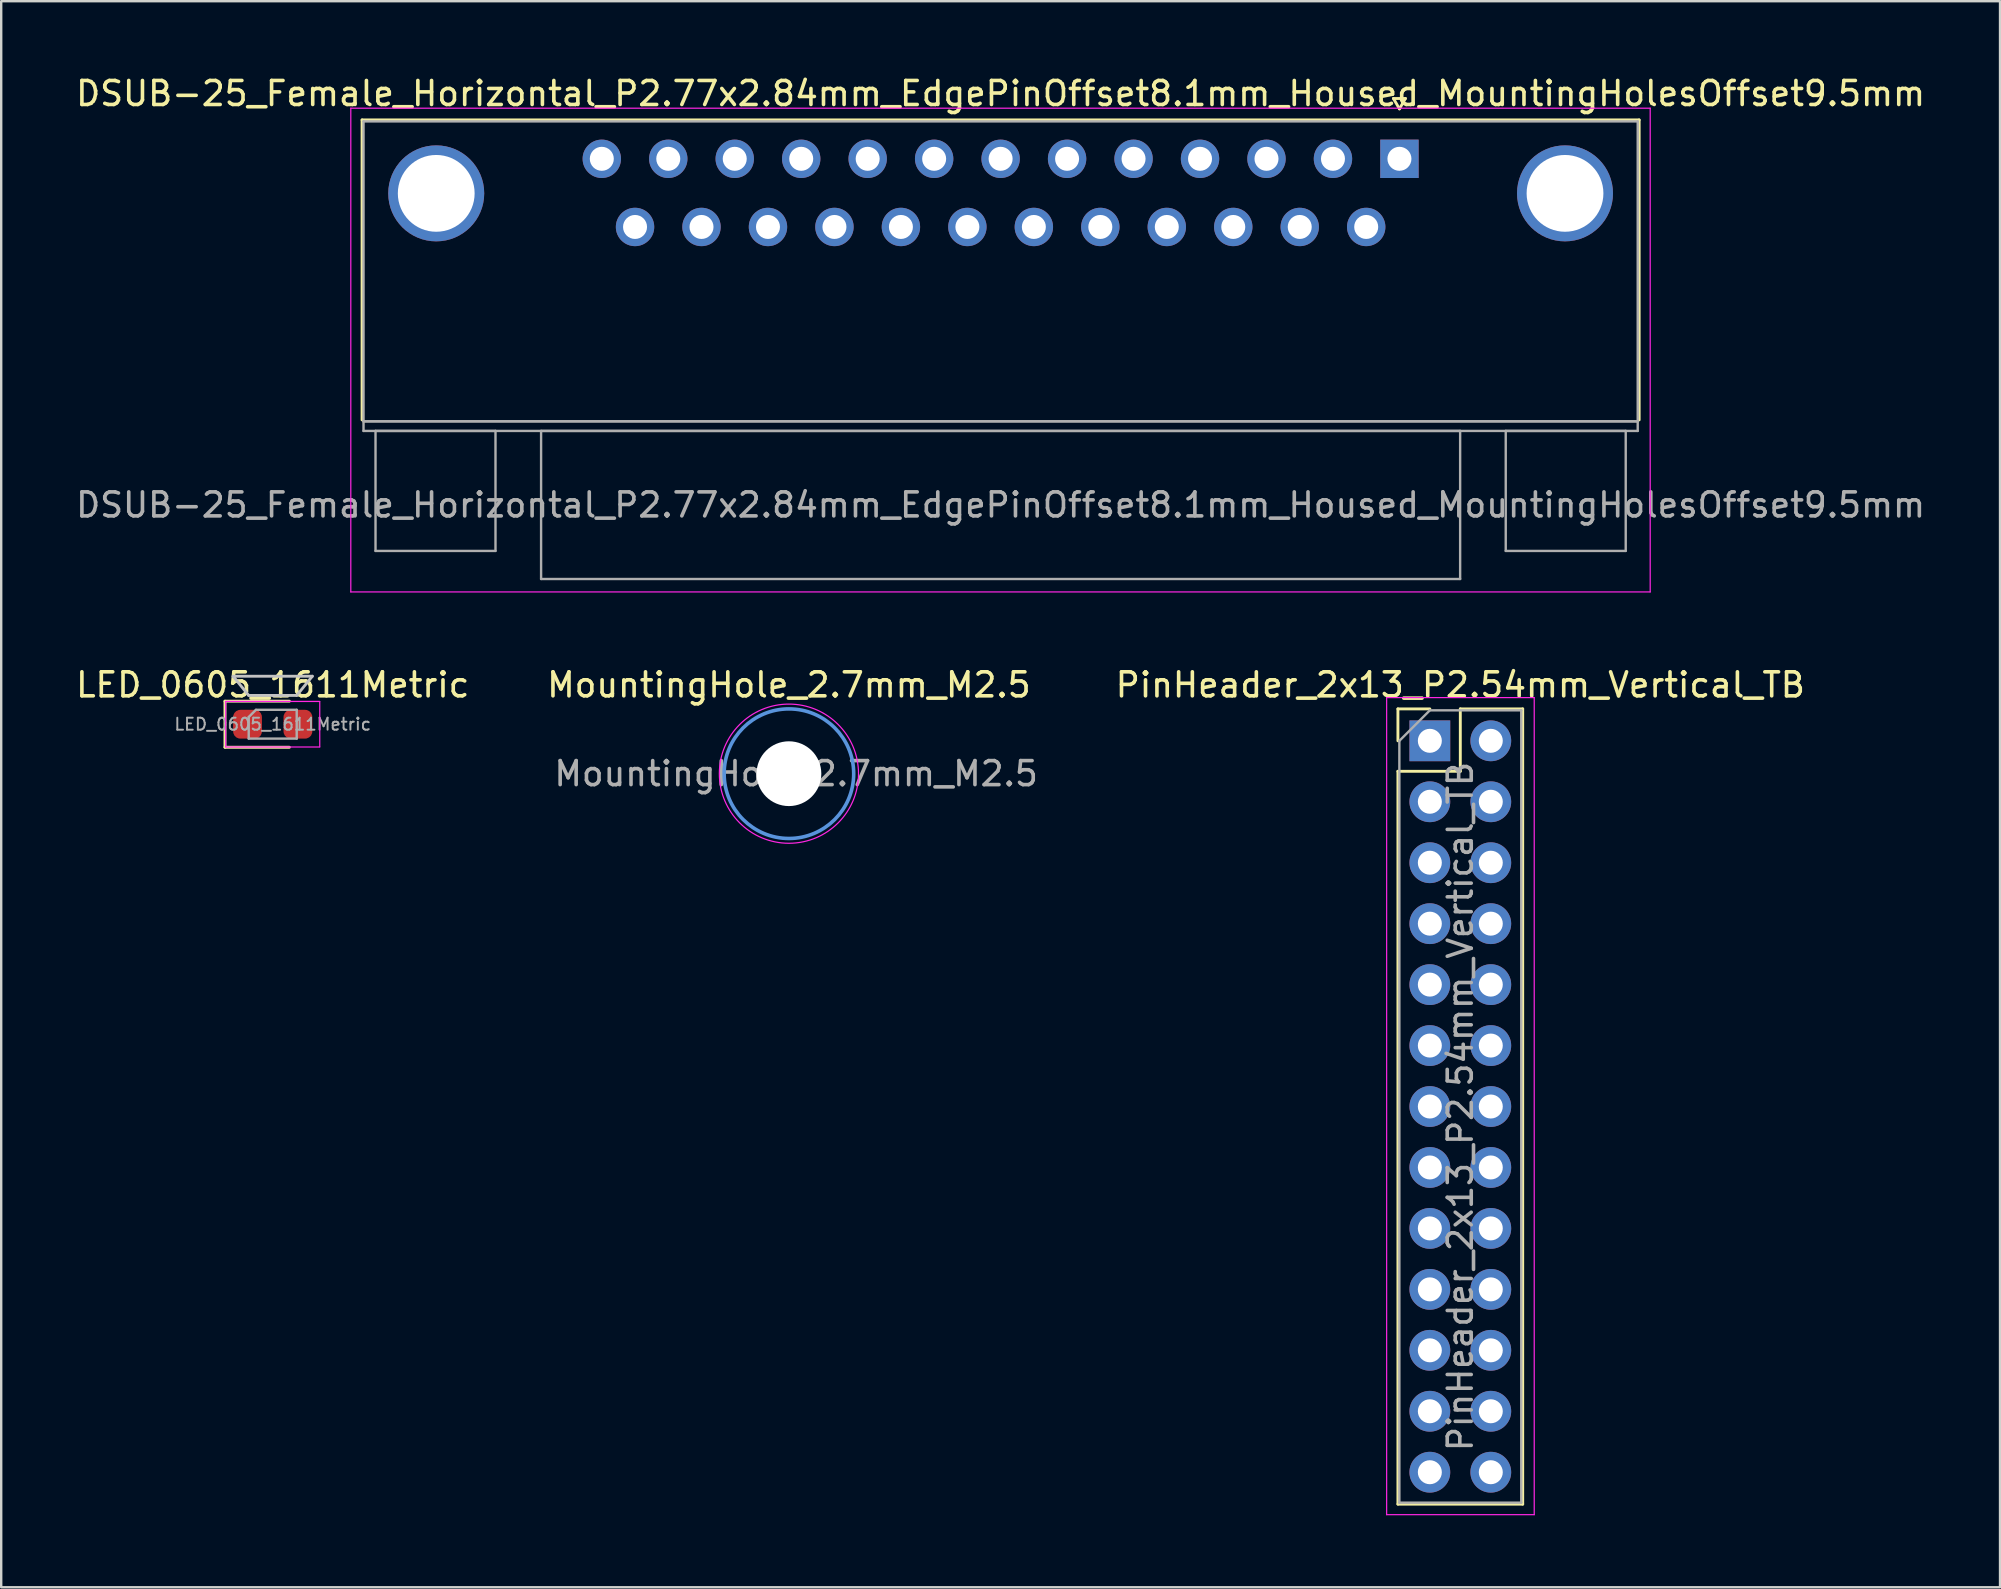
<source format=kicad_pcb>
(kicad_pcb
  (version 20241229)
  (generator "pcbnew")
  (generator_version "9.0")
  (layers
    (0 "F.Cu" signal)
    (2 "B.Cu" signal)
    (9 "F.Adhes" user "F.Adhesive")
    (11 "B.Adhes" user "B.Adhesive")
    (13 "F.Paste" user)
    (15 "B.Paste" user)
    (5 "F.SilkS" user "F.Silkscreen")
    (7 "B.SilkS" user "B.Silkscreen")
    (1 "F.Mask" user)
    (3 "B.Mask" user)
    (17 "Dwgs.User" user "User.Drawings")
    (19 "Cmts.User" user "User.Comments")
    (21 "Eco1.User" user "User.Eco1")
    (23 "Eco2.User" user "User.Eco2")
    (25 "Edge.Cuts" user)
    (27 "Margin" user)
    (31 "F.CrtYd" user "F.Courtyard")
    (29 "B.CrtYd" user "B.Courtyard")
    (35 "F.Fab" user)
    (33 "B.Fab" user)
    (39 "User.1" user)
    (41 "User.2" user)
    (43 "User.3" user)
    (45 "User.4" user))
  (footprint "DSUB-25_Female_Horizontal_P2.77x2.84mm_EdgePinOffset8.1mm_Housed_MountingHolesOffset9.5mm"
    (layer "F.Cu")
    (at 38.649 14.508)
    (property "Reference" "DSUB-25_Female_Horizontal_P2.77x2.84mm_EdgePinOffset8.1mm_Housed_MountingHolesOffset9.5mm" (at 0 -13.66 0) (layer "F.SilkS") (effects (font (size 1 1) (thickness 0.15))))
    (attr through_hole)
    (fp_line (start -26.61 -12.56) (end 26.61 -12.56) (stroke (width 0.12) (type solid)) (layer "F.SilkS"))
    (fp_line (start -26.61 -0.06) (end -26.61 -12.56) (stroke (width 0.12) (type solid)) (layer "F.SilkS"))
    (fp_line (start 16.37 -13.454) (end 16.87 -13.454) (stroke (width 0.12) (type solid)) (layer "F.SilkS"))
    (fp_line (start 16.62 -13.021) (end 16.37 -13.454) (stroke (width 0.12) (type solid)) (layer "F.SilkS"))
    (fp_line (start 16.87 -13.454) (end 16.62 -13.021) (stroke (width 0.12) (type solid)) (layer "F.SilkS"))
    (fp_line (start 26.61 -12.56) (end 26.61 -0.06) (stroke (width 0.12) (type solid)) (layer "F.SilkS"))
    (fp_line (start -27.08 -13.05) (end -27.08 7.11) (stroke (width 0.05) (type solid)) (layer "F.CrtYd"))
    (fp_line (start -27.08 7.11) (end 27.07 7.11) (stroke (width 0.05) (type solid)) (layer "F.CrtYd"))
    (fp_line (start 27.07 -13.05) (end -27.08 -13.05) (stroke (width 0.05) (type solid)) (layer "F.CrtYd"))
    (fp_line (start 27.07 7.11) (end 27.07 -13.05) (stroke (width 0.05) (type solid)) (layer "F.CrtYd"))
    (fp_line (start -26.55 -12.5) (end -26.55 0) (stroke (width 0.1) (type solid)) (layer "F.Fab"))
    (fp_line (start -26.55 0) (end -26.55 0.4) (stroke (width 0.1) (type solid)) (layer "F.Fab"))
    (fp_line (start -26.55 0) (end 26.55 0) (stroke (width 0.1) (type solid)) (layer "F.Fab"))
    (fp_line (start -26.55 0.4) (end 26.55 0.4) (stroke (width 0.1) (type solid)) (layer "F.Fab"))
    (fp_line (start -26.05 0.4) (end -26.05 5.4) (stroke (width 0.1) (type solid)) (layer "F.Fab"))
    (fp_line (start -26.05 5.4) (end -21.05 5.4) (stroke (width 0.1) (type solid)) (layer "F.Fab"))
    (fp_line (start -21.05 0.4) (end -26.05 0.4) (stroke (width 0.1) (type solid)) (layer "F.Fab"))
    (fp_line (start -21.05 5.4) (end -21.05 0.4) (stroke (width 0.1) (type solid)) (layer "F.Fab"))
    (fp_line (start -19.15 0.4) (end -19.15 6.57) (stroke (width 0.1) (type solid)) (layer "F.Fab"))
    (fp_line (start -19.15 6.57) (end 19.15 6.57) (stroke (width 0.1) (type solid)) (layer "F.Fab"))
    (fp_line (start 19.15 0.4) (end -19.15 0.4) (stroke (width 0.1) (type solid)) (layer "F.Fab"))
    (fp_line (start 19.15 6.57) (end 19.15 0.4) (stroke (width 0.1) (type solid)) (layer "F.Fab"))
    (fp_line (start 21.05 0.4) (end 21.05 5.4) (stroke (width 0.1) (type solid)) (layer "F.Fab"))
    (fp_line (start 21.05 5.4) (end 26.05 5.4) (stroke (width 0.1) (type solid)) (layer "F.Fab"))
    (fp_line (start 26.05 0.4) (end 21.05 0.4) (stroke (width 0.1) (type solid)) (layer "F.Fab"))
    (fp_line (start 26.05 5.4) (end 26.05 0.4) (stroke (width 0.1) (type solid)) (layer "F.Fab"))
    (fp_line (start 26.55 -12.5) (end -26.55 -12.5) (stroke (width 0.1) (type solid)) (layer "F.Fab"))
    (fp_line (start 26.55 0) (end -26.55 0) (stroke (width 0.1) (type solid)) (layer "F.Fab"))
    (fp_line (start 26.55 0) (end 26.55 -12.5) (stroke (width 0.1) (type solid)) (layer "F.Fab"))
    (fp_line (start 26.55 0.4) (end 26.55 0) (stroke (width 0.1) (type solid)) (layer "F.Fab"))
    (fp_text user "${REFERENCE}" (at 0 3.485 0) (layer "F.Fab") (effects (font (size 1 1) (thickness 0.15))))
    (pad "0" thru_hole circle (at -23.52 -9.5) (size 4 4) (drill 3.2) (layers "*.Cu" "*.Mask"))
    (pad "0" thru_hole circle (at 23.52 -9.5) (size 4 4) (drill 3.2) (layers "*.Cu" "*.Mask"))
    (pad "1" thru_hole rect (at 16.62 -10.94) (size 1.6 1.6) (drill 1) (layers "*.Cu" "*.Mask"))
    (pad "2" thru_hole circle (at 13.85 -10.94) (size 1.6 1.6) (drill 1) (layers "*.Cu" "*.Mask"))
    (pad "3" thru_hole circle (at 11.08 -10.94) (size 1.6 1.6) (drill 1) (layers "*.Cu" "*.Mask"))
    (pad "4" thru_hole circle (at 8.31 -10.94) (size 1.6 1.6) (drill 1) (layers "*.Cu" "*.Mask"))
    (pad "5" thru_hole circle (at 5.54 -10.94) (size 1.6 1.6) (drill 1) (layers "*.Cu" "*.Mask"))
    (pad "6" thru_hole circle (at 2.77 -10.94) (size 1.6 1.6) (drill 1) (layers "*.Cu" "*.Mask"))
    (pad "7" thru_hole circle (at 0 -10.94) (size 1.6 1.6) (drill 1) (layers "*.Cu" "*.Mask"))
    (pad "8" thru_hole circle (at -2.77 -10.94) (size 1.6 1.6) (drill 1) (layers "*.Cu" "*.Mask"))
    (pad "9" thru_hole circle (at -5.54 -10.94) (size 1.6 1.6) (drill 1) (layers "*.Cu" "*.Mask"))
    (pad "10" thru_hole circle (at -8.31 -10.94) (size 1.6 1.6) (drill 1) (layers "*.Cu" "*.Mask"))
    (pad "11" thru_hole circle (at -11.08 -10.94) (size 1.6 1.6) (drill 1) (layers "*.Cu" "*.Mask"))
    (pad "12" thru_hole circle (at -13.85 -10.94) (size 1.6 1.6) (drill 1) (layers "*.Cu" "*.Mask"))
    (pad "13" thru_hole circle (at -16.62 -10.94) (size 1.6 1.6) (drill 1) (layers "*.Cu" "*.Mask"))
    (pad "14" thru_hole circle (at 15.235 -8.1) (size 1.6 1.6) (drill 1) (layers "*.Cu" "*.Mask"))
    (pad "15" thru_hole circle (at 12.465 -8.1) (size 1.6 1.6) (drill 1) (layers "*.Cu" "*.Mask"))
    (pad "16" thru_hole circle (at 9.695 -8.1) (size 1.6 1.6) (drill 1) (layers "*.Cu" "*.Mask"))
    (pad "17" thru_hole circle (at 6.925 -8.1) (size 1.6 1.6) (drill 1) (layers "*.Cu" "*.Mask"))
    (pad "18" thru_hole circle (at 4.155 -8.1) (size 1.6 1.6) (drill 1) (layers "*.Cu" "*.Mask"))
    (pad "19" thru_hole circle (at 1.385 -8.1) (size 1.6 1.6) (drill 1) (layers "*.Cu" "*.Mask"))
    (pad "20" thru_hole circle (at -1.385 -8.1) (size 1.6 1.6) (drill 1) (layers "*.Cu" "*.Mask"))
    (pad "21" thru_hole circle (at -4.155 -8.1) (size 1.6 1.6) (drill 1) (layers "*.Cu" "*.Mask"))
    (pad "22" thru_hole circle (at -6.925 -8.1) (size 1.6 1.6) (drill 1) (layers "*.Cu" "*.Mask"))
    (pad "23" thru_hole circle (at -9.695 -8.1) (size 1.6 1.6) (drill 1) (layers "*.Cu" "*.Mask"))
    (pad "24" thru_hole circle (at -12.465 -8.1) (size 1.6 1.6) (drill 1) (layers "*.Cu" "*.Mask"))
    (pad "25" thru_hole circle (at -15.235 -8.1) (size 1.6 1.6) (drill 1) (layers "*.Cu" "*.Mask")))
  (footprint "PinHeader_2x13_P2.54mm_Vertical_TB"
    (layer "F.Cu")
    (at 56.536 27.822)
    (property "Reference" "PinHeader_2x13_P2.54mm_Vertical_TB" (at 1.27 -2.33 0) (layer "F.SilkS") (effects (font (size 1 1) (thickness 0.15))))
    (attr through_hole)
    (fp_line (start -1.33 -1.33) (end 0 -1.33) (stroke (width 0.12) (type solid)) (layer "F.SilkS"))
    (fp_line (start -1.33 0) (end -1.33 -1.33) (stroke (width 0.12) (type solid)) (layer "F.SilkS"))
    (fp_line (start -1.33 1.27) (end -1.33 31.81) (stroke (width 0.12) (type solid)) (layer "F.SilkS"))
    (fp_line (start -1.33 1.27) (end 1.27 1.27) (stroke (width 0.12) (type solid)) (layer "F.SilkS"))
    (fp_line (start -1.33 31.81) (end 3.87 31.81) (stroke (width 0.12) (type solid)) (layer "F.SilkS"))
    (fp_line (start 1.27 -1.33) (end 3.87 -1.33) (stroke (width 0.12) (type solid)) (layer "F.SilkS"))
    (fp_line (start 1.27 1.27) (end 1.27 -1.33) (stroke (width 0.12) (type solid)) (layer "F.SilkS"))
    (fp_line (start 3.87 -1.33) (end 3.87 31.81) (stroke (width 0.12) (type solid)) (layer "F.SilkS"))
    (fp_line (start -1.8 -1.8) (end -1.8 32.25) (stroke (width 0.05) (type solid)) (layer "F.CrtYd"))
    (fp_line (start -1.8 32.25) (end 4.35 32.25) (stroke (width 0.05) (type solid)) (layer "F.CrtYd"))
    (fp_line (start 4.35 -1.8) (end -1.8 -1.8) (stroke (width 0.05) (type solid)) (layer "F.CrtYd"))
    (fp_line (start 4.35 32.25) (end 4.35 -1.8) (stroke (width 0.05) (type solid)) (layer "F.CrtYd"))
    (fp_line (start -1.27 0) (end 0 -1.27) (stroke (width 0.1) (type solid)) (layer "F.Fab"))
    (fp_line (start -1.27 31.75) (end -1.27 0) (stroke (width 0.1) (type solid)) (layer "F.Fab"))
    (fp_line (start 0 -1.27) (end 3.81 -1.27) (stroke (width 0.1) (type solid)) (layer "F.Fab"))
    (fp_line (start 3.81 -1.27) (end 3.81 31.75) (stroke (width 0.1) (type solid)) (layer "F.Fab"))
    (fp_line (start 3.81 31.75) (end -1.27 31.75) (stroke (width 0.1) (type solid)) (layer "F.Fab"))
    (fp_text user "${REFERENCE}" (at 1.27 15.24 90) (layer "F.Fab") (effects (font (size 1 1) (thickness 0.15))))
    (pad "1" thru_hole rect (at 0 0) (size 1.7 1.7) (drill 1) (layers "*.Cu" "*.Mask"))
    (pad "2" thru_hole oval (at 0 2.54) (size 1.7 1.7) (drill 1) (layers "*.Cu" "*.Mask"))
    (pad "3" thru_hole oval (at 0 5.08) (size 1.7 1.7) (drill 1) (layers "*.Cu" "*.Mask"))
    (pad "4" thru_hole oval (at 0 7.62) (size 1.7 1.7) (drill 1) (layers "*.Cu" "*.Mask"))
    (pad "5" thru_hole oval (at 0 10.16) (size 1.7 1.7) (drill 1) (layers "*.Cu" "*.Mask"))
    (pad "6" thru_hole oval (at 0 12.7) (size 1.7 1.7) (drill 1) (layers "*.Cu" "*.Mask"))
    (pad "7" thru_hole oval (at 0 15.24) (size 1.7 1.7) (drill 1) (layers "*.Cu" "*.Mask"))
    (pad "8" thru_hole oval (at 0 17.78) (size 1.7 1.7) (drill 1) (layers "*.Cu" "*.Mask"))
    (pad "9" thru_hole oval (at 0 20.32) (size 1.7 1.7) (drill 1) (layers "*.Cu" "*.Mask"))
    (pad "10" thru_hole oval (at 0 22.86) (size 1.7 1.7) (drill 1) (layers "*.Cu" "*.Mask"))
    (pad "11" thru_hole oval (at 0 25.4) (size 1.7 1.7) (drill 1) (layers "*.Cu" "*.Mask"))
    (pad "12" thru_hole oval (at 0 27.94) (size 1.7 1.7) (drill 1) (layers "*.Cu" "*.Mask"))
    (pad "13" thru_hole oval (at 0 30.48) (size 1.7 1.7) (drill 1) (layers "*.Cu" "*.Mask"))
    (pad "14" thru_hole oval (at 2.54 0) (size 1.7 1.7) (drill 1) (layers "*.Cu" "*.Mask"))
    (pad "15" thru_hole oval (at 2.54 2.54) (size 1.7 1.7) (drill 1) (layers "*.Cu" "*.Mask"))
    (pad "16" thru_hole oval (at 2.54 5.08) (size 1.7 1.7) (drill 1) (layers "*.Cu" "*.Mask"))
    (pad "17" thru_hole oval (at 2.54 7.62) (size 1.7 1.7) (drill 1) (layers "*.Cu" "*.Mask"))
    (pad "18" thru_hole oval (at 2.54 10.16) (size 1.7 1.7) (drill 1) (layers "*.Cu" "*.Mask"))
    (pad "19" thru_hole oval (at 2.54 12.7) (size 1.7 1.7) (drill 1) (layers "*.Cu" "*.Mask"))
    (pad "20" thru_hole oval (at 2.54 15.24) (size 1.7 1.7) (drill 1) (layers "*.Cu" "*.Mask"))
    (pad "21" thru_hole oval (at 2.54 17.78) (size 1.7 1.7) (drill 1) (layers "*.Cu" "*.Mask"))
    (pad "22" thru_hole oval (at 2.54 20.32) (size 1.7 1.7) (drill 1) (layers "*.Cu" "*.Mask"))
    (pad "23" thru_hole oval (at 2.54 22.86) (size 1.7 1.7) (drill 1) (layers "*.Cu" "*.Mask"))
    (pad "24" thru_hole oval (at 2.54 25.4) (size 1.7 1.7) (drill 1) (layers "*.Cu" "*.Mask"))
    (pad "25" thru_hole oval (at 2.54 27.94) (size 1.7 1.7) (drill 1) (layers "*.Cu" "*.Mask"))
    (pad "26" thru_hole oval (at 2.54 30.48) (size 1.7 1.7) (drill 1) (layers "*.Cu" "*.Mask")))
  (footprint "MountingHole_2.7mm_M2.5"
    (layer "F.Cu")
    (at 29.827 29.192)
    (property "Reference" "MountingHole_2.7mm_M2.5" (at 0 -3.7 0) (layer "F.SilkS") (effects (font (size 1 1) (thickness 0.15))))
    (attr exclude_from_pos_files exclude_from_bom)
    (fp_circle (center 0 0) (end 2.7 0) (stroke (width 0.15) (type solid)) (fill no) (layer "Cmts.User"))
    (fp_circle (center 0 0) (end 2.9 0) (stroke (width 0.05) (type solid)) (fill no) (layer "F.CrtYd"))
    (fp_text user "${REFERENCE}" (at 0.3 0 0) (layer "F.Fab") (effects (font (size 1 1) (thickness 0.15))))
    (pad "" np_thru_hole circle (at 0 0) (size 2.7 2.7) (drill 2.7) (layers "*.Cu" "*.Mask")))
  (footprint "LED_0605_1611Metric"
    (layer "F.Cu")
    (at 8.315 27.131)
    (property "Reference" "LED_0605_1611Metric" (at 0 -1.64 0) (layer "F.SilkS") (effects (font (size 1 1) (thickness 0.15))))
    (attr smd)
    (fp_line (start -1.99 -0.96) (end -1.99 0.96) (stroke (width 0.12) (type solid)) (layer "F.SilkS"))
    (fp_line (start -1.99 0.96) (end 0.695 0.96) (stroke (width 0.12) (type solid)) (layer "F.SilkS"))
    (fp_line (start 0.695 -0.96) (end -1.99 -0.96) (stroke (width 0.12) (type solid)) (layer "F.SilkS"))
    (fp_line (start -1.65 -2) (end -1 -1.2) (stroke (width 0.12) (type solid)) (layer "Dwgs.User"))
    (fp_line (start -1 -1.2) (end 1 -1.2) (stroke (width 0.12) (type solid)) (layer "Dwgs.User"))
    (fp_line (start 1 -1.2) (end 1.65 -2) (stroke (width 0.12) (type solid)) (layer "Dwgs.User"))
    (fp_line (start 1.65 -2) (end -1.65 -2) (stroke (width 0.12) (type solid)) (layer "Dwgs.User"))
    (fp_line (start -1.96 -0.95) (end 1.96 -0.95) (stroke (width 0.05) (type solid)) (layer "F.CrtYd"))
    (fp_line (start -1.96 0.94) (end -1.96 -0.94) (stroke (width 0.05) (type solid)) (layer "F.CrtYd"))
    (fp_line (start 1.96 -0.94) (end 1.96 0.94) (stroke (width 0.05) (type solid)) (layer "F.CrtYd"))
    (fp_line (start 1.96 0.95) (end -1.96 0.95) (stroke (width 0.05) (type solid)) (layer "F.CrtYd"))
    (fp_line (start -1 -0.3) (end -1 0.6) (stroke (width 0.1) (type solid)) (layer "F.Fab"))
    (fp_line (start -1 0.6) (end 1 0.6) (stroke (width 0.1) (type solid)) (layer "F.Fab"))
    (fp_line (start -0.7 -0.6) (end -1 -0.3) (stroke (width 0.1) (type solid)) (layer "F.Fab"))
    (fp_line (start 1 -0.6) (end -0.7 -0.6) (stroke (width 0.1) (type solid)) (layer "F.Fab"))
    (fp_line (start 1 0.6) (end 1 -0.6) (stroke (width 0.1) (type solid)) (layer "F.Fab"))
    (fp_text user "${REFERENCE}" (at 0 0 0) (layer "F.Fab") (effects (font (size 0.5 0.5) (thickness 0.08))))
    (pad "1" smd roundrect (at -1.05 0) (size 1.2 1.2) (layers "F.Cu" "F.Mask" "F.Paste") (roundrect_rratio 0.25))
    (pad "2" smd roundrect (at 1.05 0) (size 1.2 1.2) (layers "F.Cu" "F.Mask" "F.Paste") (roundrect_rratio 0.25)))
  (gr_rect
    (start -3 -3)
    (end 80.298 63.096)
    (stroke (width 0.1) (type default))
    (fill no)
    (layer "Edge.Cuts")))
</source>
